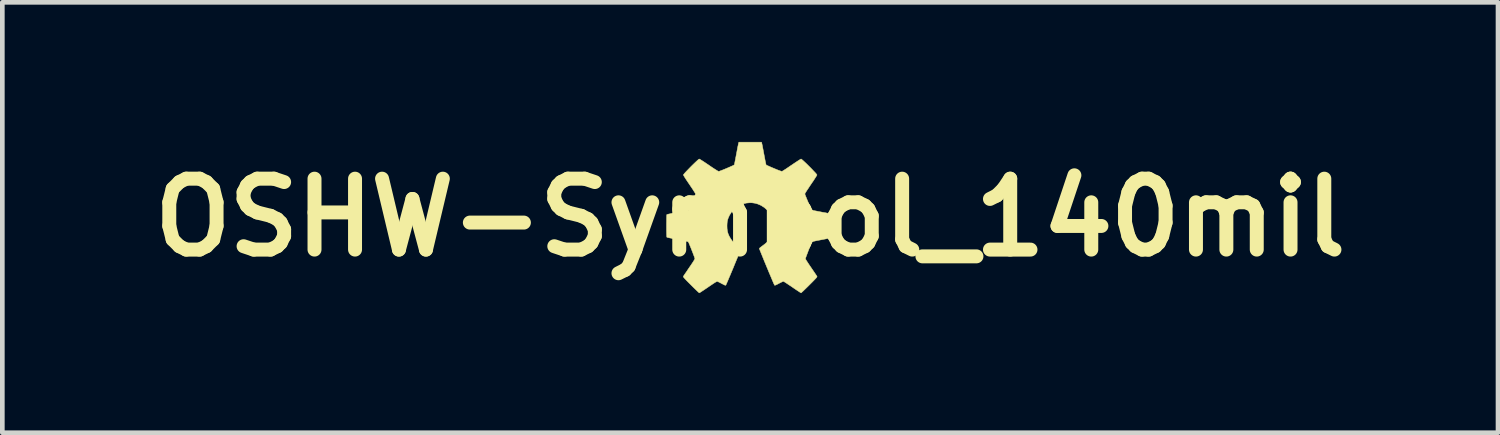
<source format=kicad_pcb>
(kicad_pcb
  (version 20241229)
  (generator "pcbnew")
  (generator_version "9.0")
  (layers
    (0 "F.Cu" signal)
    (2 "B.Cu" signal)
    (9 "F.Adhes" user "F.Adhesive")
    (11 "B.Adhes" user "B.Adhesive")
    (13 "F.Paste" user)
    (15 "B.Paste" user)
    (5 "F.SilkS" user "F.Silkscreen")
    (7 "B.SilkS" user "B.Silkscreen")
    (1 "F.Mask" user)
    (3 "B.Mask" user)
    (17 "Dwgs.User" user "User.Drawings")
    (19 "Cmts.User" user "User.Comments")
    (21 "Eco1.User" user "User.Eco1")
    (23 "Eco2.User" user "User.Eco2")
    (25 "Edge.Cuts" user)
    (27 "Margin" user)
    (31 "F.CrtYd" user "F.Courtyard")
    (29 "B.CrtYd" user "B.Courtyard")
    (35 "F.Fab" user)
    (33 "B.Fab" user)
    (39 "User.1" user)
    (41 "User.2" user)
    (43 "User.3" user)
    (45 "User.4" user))
  (footprint "OSHW-Symbol_140mil"
    (layer "F.Cu")
    (at 13.07 1.624)
    (property "Reference" "OSHW-Symbol_140mil" (at 0 0 0) (layer "F.SilkS") (effects (font (size 1.524 1.524) (thickness 0.3))))
    (attr through_hole)
    (fp_poly (pts (xy 0.248 -1.605) (xy 0.25 -1.596) (xy 0.255 -1.575) (xy 0.261 -1.545) (xy 0.268 -1.508) (xy 0.277 -1.463) (xy 0.286 -1.414) (xy 0.295 -1.366) (xy 0.305 -1.314) (xy 0.314 -1.266) (xy 0.322 -1.223) (xy 0.33 -1.186) (xy 0.336 -1.158) (xy 0.34 -1.139) (xy 0.342 -1.132) (xy 0.349 -1.127) (xy 0.366 -1.118) (xy 0.392 -1.107) (xy 0.423 -1.093) (xy 0.459 -1.077) (xy 0.497 -1.061) (xy 0.536 -1.045) (xy 0.574 -1.029) (xy 0.609 -1.015) (xy 0.639 -1.004) (xy 0.663 -0.996) (xy 0.678 -0.991) (xy 0.681 -0.991) (xy 0.689 -0.994) (xy 0.706 -1.004) (xy 0.731 -1.02) (xy 0.763 -1.04) (xy 0.8 -1.065) (xy 0.841 -1.093) (xy 0.885 -1.123) (xy 0.887 -1.124) (xy 0.931 -1.154) (xy 0.973 -1.182) (xy 1.011 -1.207) (xy 1.043 -1.228) (xy 1.068 -1.243) (xy 1.086 -1.254) (xy 1.094 -1.257) (xy 1.094 -1.257) (xy 1.103 -1.253) (xy 1.118 -1.24) (xy 1.14 -1.221) (xy 1.167 -1.196) (xy 1.198 -1.167) (xy 1.231 -1.135) (xy 1.265 -1.101) (xy 1.299 -1.067) (xy 1.332 -1.033) (xy 1.362 -1.001) (xy 1.389 -0.973) (xy 1.411 -0.949) (xy 1.426 -0.93) (xy 1.434 -0.918) (xy 1.435 -0.916) (xy 1.432 -0.907) (xy 1.421 -0.889) (xy 1.405 -0.863) (xy 1.384 -0.83) (xy 1.359 -0.791) (xy 1.329 -0.748) (xy 1.305 -0.712) (xy 1.275 -0.668) (xy 1.248 -0.626) (xy 1.223 -0.589) (xy 1.203 -0.558) (xy 1.188 -0.533) (xy 1.178 -0.516) (xy 1.175 -0.508) (xy 1.177 -0.499) (xy 1.184 -0.479) (xy 1.195 -0.452) (xy 1.209 -0.417) (xy 1.225 -0.378) (xy 1.243 -0.335) (xy 1.246 -0.329) (xy 1.269 -0.276) (xy 1.287 -0.234) (xy 1.302 -0.202) (xy 1.314 -0.18) (xy 1.323 -0.165) (xy 1.329 -0.159) (xy 1.33 -0.158) (xy 1.339 -0.156) (xy 1.359 -0.151) (xy 1.389 -0.145) (xy 1.426 -0.138) (xy 1.47 -0.129) (xy 1.519 -0.12) (xy 1.565 -0.111) (xy 1.622 -0.101) (xy 1.672 -0.091) (xy 1.715 -0.082) (xy 1.75 -0.074) (xy 1.775 -0.068) (xy 1.789 -0.064) (xy 1.792 -0.062) (xy 1.793 -0.054) (xy 1.794 -0.035) (xy 1.795 -0.006) (xy 1.796 0.032) (xy 1.796 0.076) (xy 1.797 0.125) (xy 1.797 0.179) (xy 1.797 0.182) (xy 1.797 0.246) (xy 1.797 0.299) (xy 1.796 0.341) (xy 1.795 0.373) (xy 1.794 0.396) (xy 1.793 0.412) (xy 1.791 0.421) (xy 1.789 0.424) (xy 1.781 0.427) (xy 1.762 0.431) (xy 1.734 0.438) (xy 1.697 0.445) (xy 1.654 0.454) (xy 1.606 0.463) (xy 1.56 0.472) (xy 1.504 0.483) (xy 1.454 0.492) (xy 1.411 0.501) (xy 1.375 0.509) (xy 1.35 0.515) (xy 1.334 0.52) (xy 1.33 0.522) (xy 1.326 0.53) (xy 1.317 0.549) (xy 1.305 0.576) (xy 1.292 0.609) (xy 1.276 0.647) (xy 1.26 0.687) (xy 1.244 0.728) (xy 1.229 0.768) (xy 1.215 0.805) (xy 1.203 0.837) (xy 1.194 0.862) (xy 1.189 0.879) (xy 1.187 0.885) (xy 1.191 0.894) (xy 1.201 0.913) (xy 1.218 0.94) (xy 1.24 0.974) (xy 1.267 1.015) (xy 1.299 1.062) (xy 1.308 1.075) (xy 1.337 1.118) (xy 1.364 1.157) (xy 1.388 1.193) (xy 1.408 1.222) (xy 1.423 1.245) (xy 1.433 1.26) (xy 1.435 1.264) (xy 1.437 1.268) (xy 1.436 1.274) (xy 1.432 1.281) (xy 1.425 1.291) (xy 1.413 1.305) (xy 1.395 1.324) (xy 1.372 1.348) (xy 1.342 1.379) (xy 1.304 1.417) (xy 1.272 1.449) (xy 1.234 1.487) (xy 1.198 1.522) (xy 1.166 1.553) (xy 1.138 1.58) (xy 1.116 1.6) (xy 1.101 1.614) (xy 1.094 1.619) (xy 1.093 1.619) (xy 1.086 1.616) (xy 1.07 1.606) (xy 1.046 1.59) (xy 1.015 1.57) (xy 0.979 1.546) (xy 0.939 1.519) (xy 0.905 1.495) (xy 0.862 1.466) (xy 0.822 1.44) (xy 0.787 1.416) (xy 0.757 1.397) (xy 0.734 1.382) (xy 0.719 1.374) (xy 0.714 1.372) (xy 0.705 1.374) (xy 0.686 1.382) (xy 0.662 1.394) (xy 0.632 1.409) (xy 0.617 1.417) (xy 0.584 1.434) (xy 0.56 1.446) (xy 0.543 1.453) (xy 0.532 1.456) (xy 0.526 1.455) (xy 0.523 1.453) (xy 0.52 1.446) (xy 0.511 1.428) (xy 0.499 1.401) (xy 0.484 1.366) (xy 0.466 1.323) (xy 0.446 1.275) (xy 0.424 1.223) (xy 0.4 1.167) (xy 0.376 1.108) (xy 0.351 1.049) (xy 0.327 0.99) (xy 0.303 0.933) (xy 0.281 0.878) (xy 0.26 0.826) (xy 0.241 0.78) (xy 0.225 0.74) (xy 0.212 0.708) (xy 0.203 0.684) (xy 0.198 0.67) (xy 0.197 0.666) (xy 0.202 0.659) (xy 0.215 0.646) (xy 0.235 0.631) (xy 0.252 0.618) (xy 0.307 0.577) (xy 0.353 0.538) (xy 0.39 0.497) (xy 0.421 0.453) (xy 0.449 0.403) (xy 0.45 0.402) (xy 0.472 0.353) (xy 0.486 0.305) (xy 0.495 0.254) (xy 0.498 0.196) (xy 0.498 0.181) (xy 0.497 0.13) (xy 0.492 0.087) (xy 0.484 0.049) (xy 0.471 0.01) (xy 0.452 -0.033) (xy 0.45 -0.036) (xy 0.411 -0.104) (xy 0.361 -0.165) (xy 0.303 -0.216) (xy 0.237 -0.258) (xy 0.225 -0.264) (xy 0.164 -0.29) (xy 0.105 -0.307) (xy 0.044 -0.316) (xy 0 -0.318) (xy -0.079 -0.311) (xy -0.154 -0.294) (xy -0.225 -0.265) (xy -0.291 -0.226) (xy -0.349 -0.177) (xy -0.4 -0.119) (xy -0.442 -0.053) (xy -0.45 -0.036) (xy -0.47 0.007) (xy -0.483 0.046) (xy -0.492 0.084) (xy -0.496 0.127) (xy -0.498 0.177) (xy -0.498 0.181) (xy -0.496 0.241) (xy -0.489 0.294) (xy -0.476 0.342) (xy -0.456 0.39) (xy -0.45 0.402) (xy -0.418 0.458) (xy -0.382 0.507) (xy -0.339 0.551) (xy -0.286 0.594) (xy -0.252 0.618) (xy -0.227 0.636) (xy -0.209 0.651) (xy -0.198 0.662) (xy -0.197 0.666) (xy -0.199 0.674) (xy -0.206 0.692) (xy -0.217 0.72) (xy -0.231 0.756) (xy -0.248 0.798) (xy -0.268 0.847) (xy -0.29 0.9) (xy -0.313 0.956) (xy -0.337 1.014) (xy -0.361 1.074) (xy -0.386 1.133) (xy -0.41 1.19) (xy -0.433 1.245) (xy -0.455 1.296) (xy -0.474 1.342) (xy -0.491 1.381) (xy -0.505 1.413) (xy -0.515 1.437) (xy -0.522 1.45) (xy -0.524 1.453) (xy -0.529 1.456) (xy -0.537 1.455) (xy -0.55 1.451) (xy -0.569 1.441) (xy -0.597 1.427) (xy -0.611 1.42) (xy -0.64 1.404) (xy -0.668 1.39) (xy -0.689 1.38) (xy -0.704 1.374) (xy -0.706 1.374) (xy -0.712 1.374) (xy -0.721 1.377) (xy -0.733 1.383) (xy -0.751 1.393) (xy -0.774 1.408) (xy -0.805 1.428) (xy -0.843 1.454) (xy -0.891 1.486) (xy -0.903 1.495) (xy -0.946 1.524) (xy -0.986 1.551) (xy -1.021 1.574) (xy -1.051 1.594) (xy -1.073 1.608) (xy -1.088 1.617) (xy -1.093 1.619) (xy -1.1 1.615) (xy -1.114 1.602) (xy -1.135 1.583) (xy -1.162 1.557) (xy -1.193 1.527) (xy -1.229 1.492) (xy -1.267 1.454) (xy -1.272 1.449) (xy -1.316 1.405) (xy -1.352 1.369) (xy -1.38 1.34) (xy -1.401 1.317) (xy -1.417 1.3) (xy -1.427 1.288) (xy -1.434 1.278) (xy -1.436 1.272) (xy -1.437 1.267) (xy -1.435 1.264) (xy -1.43 1.256) (xy -1.419 1.239) (xy -1.402 1.213) (xy -1.38 1.182) (xy -1.355 1.145) (xy -1.328 1.104) (xy -1.308 1.075) (xy -1.275 1.027) (xy -1.247 0.985) (xy -1.223 0.948) (xy -1.205 0.919) (xy -1.193 0.898) (xy -1.188 0.886) (xy -1.187 0.885) (xy -1.19 0.875) (xy -1.196 0.856) (xy -1.206 0.828) (xy -1.219 0.795) (xy -1.233 0.757) (xy -1.249 0.716) (xy -1.265 0.675) (xy -1.281 0.635) (xy -1.296 0.599) (xy -1.309 0.567) (xy -1.32 0.543) (xy -1.328 0.527) (xy -1.331 0.522) (xy -1.339 0.518) (xy -1.358 0.513) (xy -1.388 0.506) (xy -1.427 0.498) (xy -1.475 0.488) (xy -1.528 0.478) (xy -1.56 0.472) (xy -1.611 0.462) (xy -1.659 0.453) (xy -1.702 0.444) (xy -1.737 0.437) (xy -1.765 0.431) (xy -1.783 0.426) (xy -1.789 0.424) (xy -1.791 0.419) (xy -1.793 0.408) (xy -1.794 0.39) (xy -1.795 0.364) (xy -1.796 0.329) (xy -1.797 0.283) (xy -1.797 0.227) (xy -1.797 0.182) (xy -1.797 0.128) (xy -1.796 0.078) (xy -1.796 0.034) (xy -1.795 -0.004) (xy -1.794 -0.034) (xy -1.793 -0.053) (xy -1.792 -0.062) (xy -1.792 -0.062) (xy -1.784 -0.065) (xy -1.765 -0.071) (xy -1.736 -0.077) (xy -1.697 -0.086) (xy -1.649 -0.095) (xy -1.594 -0.106) (xy -1.565 -0.111) (xy -1.513 -0.121) (xy -1.464 -0.13) (xy -1.421 -0.139) (xy -1.385 -0.146) (xy -1.356 -0.152) (xy -1.337 -0.156) (xy -1.33 -0.158) (xy -1.324 -0.164) (xy -1.315 -0.177) (xy -1.304 -0.199) (xy -1.289 -0.23) (xy -1.271 -0.271) (xy -1.248 -0.323) (xy -1.246 -0.329) (xy -1.227 -0.372) (xy -1.211 -0.413) (xy -1.196 -0.448) (xy -1.185 -0.476) (xy -1.178 -0.497) (xy -1.175 -0.508) (xy -1.175 -0.508) (xy -1.178 -0.516) (xy -1.188 -0.534) (xy -1.204 -0.559) (xy -1.224 -0.591) (xy -1.249 -0.629) (xy -1.277 -0.67) (xy -1.305 -0.712) (xy -1.337 -0.759) (xy -1.366 -0.802) (xy -1.391 -0.84) (xy -1.411 -0.872) (xy -1.425 -0.895) (xy -1.433 -0.911) (xy -1.435 -0.916) (xy -1.431 -0.924) (xy -1.418 -0.94) (xy -1.399 -0.962) (xy -1.374 -0.989) (xy -1.345 -1.019) (xy -1.313 -1.052) (xy -1.279 -1.087) (xy -1.245 -1.121) (xy -1.211 -1.154) (xy -1.18 -1.184) (xy -1.151 -1.211) (xy -1.127 -1.233) (xy -1.108 -1.248) (xy -1.097 -1.256) (xy -1.094 -1.257) (xy -1.086 -1.254) (xy -1.069 -1.244) (xy -1.044 -1.228) (xy -1.012 -1.208) (xy -0.974 -1.183) (xy -0.933 -1.155) (xy -0.888 -1.125) (xy -0.887 -1.124) (xy -0.836 -1.089) (xy -0.791 -1.059) (xy -0.752 -1.034) (xy -0.72 -1.014) (xy -0.697 -1) (xy -0.682 -0.992) (xy -0.678 -0.991) (xy -0.667 -0.993) (xy -0.647 -1) (xy -0.62 -1.01) (xy -0.587 -1.023) (xy -0.55 -1.038) (xy -0.511 -1.054) (xy -0.472 -1.071) (xy -0.435 -1.087) (xy -0.402 -1.102) (xy -0.374 -1.114) (xy -0.354 -1.125) (xy -0.343 -1.131) (xy -0.342 -1.132) (xy -0.339 -1.141) (xy -0.335 -1.16) (xy -0.329 -1.189) (xy -0.322 -1.226) (xy -0.313 -1.27) (xy -0.304 -1.319) (xy -0.295 -1.367) (xy -0.285 -1.419) (xy -0.276 -1.468) (xy -0.268 -1.511) (xy -0.26 -1.548) (xy -0.254 -1.577) (xy -0.25 -1.597) (xy -0.248 -1.605) (xy -0.242 -1.619) (xy 0.242 -1.619) (xy 0.248 -1.605)) (stroke (width 0.01) (type solid)) (fill yes) (layer "F.SilkS")))
  (gr_rect
    (start -3 -3)
    (end 29.14 6.248)
    (stroke (width 0.1) (type default))
    (fill no)
    (layer "Edge.Cuts")))
</source>
